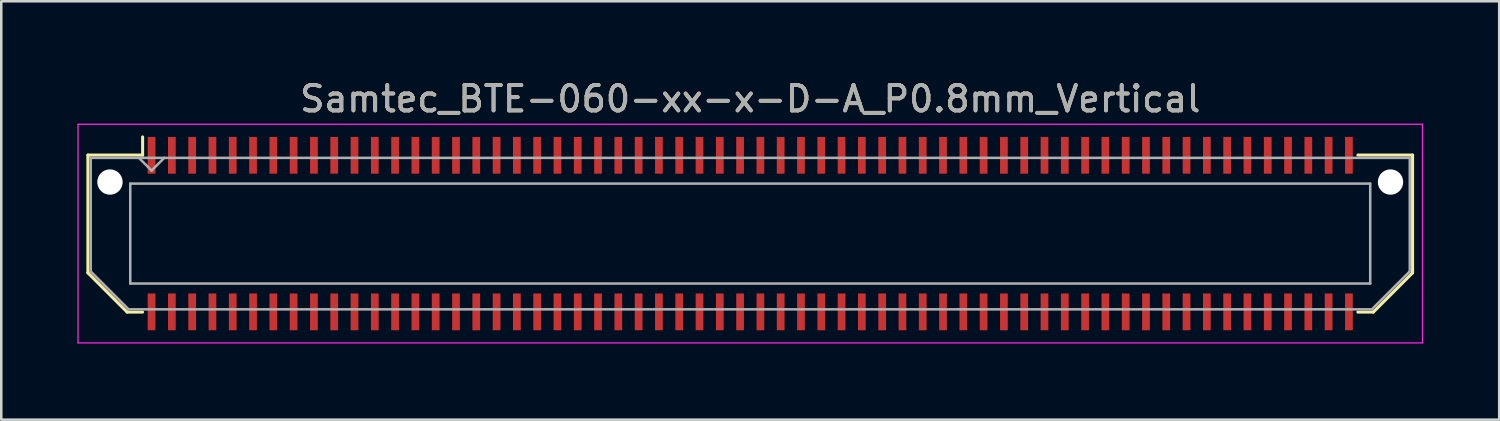
<source format=kicad_pcb>
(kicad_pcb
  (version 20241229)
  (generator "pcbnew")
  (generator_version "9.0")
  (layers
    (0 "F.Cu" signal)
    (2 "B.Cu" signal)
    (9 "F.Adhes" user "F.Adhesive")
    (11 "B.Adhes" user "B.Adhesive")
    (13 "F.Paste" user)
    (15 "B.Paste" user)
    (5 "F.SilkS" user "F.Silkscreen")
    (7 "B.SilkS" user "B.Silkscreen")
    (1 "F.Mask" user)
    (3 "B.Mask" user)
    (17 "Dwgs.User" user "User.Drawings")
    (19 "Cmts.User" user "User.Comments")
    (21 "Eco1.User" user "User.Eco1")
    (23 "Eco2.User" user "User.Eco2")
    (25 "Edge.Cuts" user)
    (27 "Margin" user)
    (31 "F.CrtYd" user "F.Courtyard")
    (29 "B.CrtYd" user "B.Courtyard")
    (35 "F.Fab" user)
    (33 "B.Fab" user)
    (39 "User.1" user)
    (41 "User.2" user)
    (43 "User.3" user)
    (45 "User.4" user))
  (footprint "Samtec_BTE-060-xx-x-D-A_P0.8mm_Vertical"
    (layer "F.Cu")
    (at 26.525 6.158)
    (property "Reference" "Samtec_BTE-060-xx-x-D-A_P0.8mm_Vertical" (at 0 -5.31 0) (layer "F.SilkS") (effects (font (size 1 1) (thickness 0.15))))
    (attr smd)
    (fp_line (start -26.11 -3.095) (end -26.11 1.548) (stroke (width 0.12) (type solid)) (layer "F.SilkS"))
    (fp_line (start -26.11 1.548) (end -24.562 3.095) (stroke (width 0.12) (type solid)) (layer "F.SilkS"))
    (fp_line (start -24.562 3.095) (end -23.953 3.095) (stroke (width 0.12) (type solid)) (layer "F.SilkS"))
    (fp_line (start -23.953 -3.811) (end -23.953 -3.095) (stroke (width 0.12) (type solid)) (layer "F.SilkS"))
    (fp_line (start -23.953 -3.095) (end -26.11 -3.095) (stroke (width 0.12) (type solid)) (layer "F.SilkS"))
    (fp_line (start 23.953 -3.095) (end 26.11 -3.095) (stroke (width 0.12) (type solid)) (layer "F.SilkS"))
    (fp_line (start 24.562 3.095) (end 23.953 3.095) (stroke (width 0.12) (type solid)) (layer "F.SilkS"))
    (fp_line (start 26.11 -3.095) (end 26.11 1.548) (stroke (width 0.12) (type solid)) (layer "F.SilkS"))
    (fp_line (start 26.11 1.548) (end 24.562 3.095) (stroke (width 0.12) (type solid)) (layer "F.SilkS"))
    (fp_line (start -26.5 -4.31) (end -26.5 4.31) (stroke (width 0.05) (type solid)) (layer "F.CrtYd"))
    (fp_line (start -26.5 4.31) (end 26.5 4.31) (stroke (width 0.05) (type solid)) (layer "F.CrtYd"))
    (fp_line (start 26.5 -4.31) (end -26.5 -4.31) (stroke (width 0.05) (type solid)) (layer "F.CrtYd"))
    (fp_line (start 26.5 4.31) (end 26.5 -4.31) (stroke (width 0.05) (type solid)) (layer "F.CrtYd"))
    (fp_line (start -26 -2.985) (end -26 1.492) (stroke (width 0.1) (type solid)) (layer "F.Fab"))
    (fp_line (start -26 -2.985) (end 26 -2.985) (stroke (width 0.1) (type solid)) (layer "F.Fab"))
    (fp_line (start -26 1.492) (end -24.508 2.985) (stroke (width 0.1) (type solid)) (layer "F.Fab"))
    (fp_line (start -24.508 2.985) (end 24.508 2.985) (stroke (width 0.1) (type solid)) (layer "F.Fab"))
    (fp_line (start -24.44 -1.97) (end -24.44 1.97) (stroke (width 0.1) (type solid)) (layer "F.Fab"))
    (fp_line (start -24.44 1.97) (end 24.44 1.97) (stroke (width 0.1) (type solid)) (layer "F.Fab"))
    (fp_line (start -23.6 -2.485) (end -24.1 -2.985) (stroke (width 0.1) (type solid)) (layer "F.Fab"))
    (fp_line (start -23.1 -2.985) (end -23.6 -2.485) (stroke (width 0.1) (type solid)) (layer "F.Fab"))
    (fp_line (start 24.44 -1.97) (end -24.44 -1.97) (stroke (width 0.1) (type solid)) (layer "F.Fab"))
    (fp_line (start 24.44 1.97) (end 24.44 -1.97) (stroke (width 0.1) (type solid)) (layer "F.Fab"))
    (fp_line (start 26 -2.985) (end 26 1.492) (stroke (width 0.1) (type solid)) (layer "F.Fab"))
    (fp_line (start 26 1.492) (end 24.508 2.985) (stroke (width 0.1) (type solid)) (layer "F.Fab"))
    (fp_text user "${REFERENCE}" (at 0 -5.31 0) (layer "F.Fab") (effects (font (size 1 1) (thickness 0.15))))
    (pad "" np_thru_hole circle (at -25.24 -2.032) (size 1 1) (drill 1) (layers "*.Cu" "*.Mask"))
    (pad "" np_thru_hole circle (at 25.24 -2.032) (size 1 1) (drill 1) (layers "*.Cu" "*.Mask"))
    (pad "1" smd rect (at -23.6 -3.086) (size 0.305 1.45) (layers "F.Cu" "F.Mask" "F.Paste"))
    (pad "2" smd rect (at -23.6 3.086) (size 0.305 1.45) (layers "F.Cu" "F.Mask" "F.Paste"))
    (pad "3" smd rect (at -22.8 -3.086) (size 0.305 1.45) (layers "F.Cu" "F.Mask" "F.Paste"))
    (pad "4" smd rect (at -22.8 3.086) (size 0.305 1.45) (layers "F.Cu" "F.Mask" "F.Paste"))
    (pad "5" smd rect (at -22 -3.086) (size 0.305 1.45) (layers "F.Cu" "F.Mask" "F.Paste"))
    (pad "6" smd rect (at -22 3.086) (size 0.305 1.45) (layers "F.Cu" "F.Mask" "F.Paste"))
    (pad "7" smd rect (at -21.2 -3.086) (size 0.305 1.45) (layers "F.Cu" "F.Mask" "F.Paste"))
    (pad "8" smd rect (at -21.2 3.086) (size 0.305 1.45) (layers "F.Cu" "F.Mask" "F.Paste"))
    (pad "9" smd rect (at -20.4 -3.086) (size 0.305 1.45) (layers "F.Cu" "F.Mask" "F.Paste"))
    (pad "10" smd rect (at -20.4 3.086) (size 0.305 1.45) (layers "F.Cu" "F.Mask" "F.Paste"))
    (pad "11" smd rect (at -19.6 -3.086) (size 0.305 1.45) (layers "F.Cu" "F.Mask" "F.Paste"))
    (pad "12" smd rect (at -19.6 3.086) (size 0.305 1.45) (layers "F.Cu" "F.Mask" "F.Paste"))
    (pad "13" smd rect (at -18.8 -3.086) (size 0.305 1.45) (layers "F.Cu" "F.Mask" "F.Paste"))
    (pad "14" smd rect (at -18.8 3.086) (size 0.305 1.45) (layers "F.Cu" "F.Mask" "F.Paste"))
    (pad "15" smd rect (at -18 -3.086) (size 0.305 1.45) (layers "F.Cu" "F.Mask" "F.Paste"))
    (pad "16" smd rect (at -18 3.086) (size 0.305 1.45) (layers "F.Cu" "F.Mask" "F.Paste"))
    (pad "17" smd rect (at -17.2 -3.086) (size 0.305 1.45) (layers "F.Cu" "F.Mask" "F.Paste"))
    (pad "18" smd rect (at -17.2 3.086) (size 0.305 1.45) (layers "F.Cu" "F.Mask" "F.Paste"))
    (pad "19" smd rect (at -16.4 -3.086) (size 0.305 1.45) (layers "F.Cu" "F.Mask" "F.Paste"))
    (pad "20" smd rect (at -16.4 3.086) (size 0.305 1.45) (layers "F.Cu" "F.Mask" "F.Paste"))
    (pad "21" smd rect (at -15.6 -3.086) (size 0.305 1.45) (layers "F.Cu" "F.Mask" "F.Paste"))
    (pad "22" smd rect (at -15.6 3.086) (size 0.305 1.45) (layers "F.Cu" "F.Mask" "F.Paste"))
    (pad "23" smd rect (at -14.8 -3.086) (size 0.305 1.45) (layers "F.Cu" "F.Mask" "F.Paste"))
    (pad "24" smd rect (at -14.8 3.086) (size 0.305 1.45) (layers "F.Cu" "F.Mask" "F.Paste"))
    (pad "25" smd rect (at -14 -3.086) (size 0.305 1.45) (layers "F.Cu" "F.Mask" "F.Paste"))
    (pad "26" smd rect (at -14 3.086) (size 0.305 1.45) (layers "F.Cu" "F.Mask" "F.Paste"))
    (pad "27" smd rect (at -13.2 -3.086) (size 0.305 1.45) (layers "F.Cu" "F.Mask" "F.Paste"))
    (pad "28" smd rect (at -13.2 3.086) (size 0.305 1.45) (layers "F.Cu" "F.Mask" "F.Paste"))
    (pad "29" smd rect (at -12.4 -3.086) (size 0.305 1.45) (layers "F.Cu" "F.Mask" "F.Paste"))
    (pad "30" smd rect (at -12.4 3.086) (size 0.305 1.45) (layers "F.Cu" "F.Mask" "F.Paste"))
    (pad "31" smd rect (at -11.6 -3.086) (size 0.305 1.45) (layers "F.Cu" "F.Mask" "F.Paste"))
    (pad "32" smd rect (at -11.6 3.086) (size 0.305 1.45) (layers "F.Cu" "F.Mask" "F.Paste"))
    (pad "33" smd rect (at -10.8 -3.086) (size 0.305 1.45) (layers "F.Cu" "F.Mask" "F.Paste"))
    (pad "34" smd rect (at -10.8 3.086) (size 0.305 1.45) (layers "F.Cu" "F.Mask" "F.Paste"))
    (pad "35" smd rect (at -10 -3.086) (size 0.305 1.45) (layers "F.Cu" "F.Mask" "F.Paste"))
    (pad "36" smd rect (at -10 3.086) (size 0.305 1.45) (layers "F.Cu" "F.Mask" "F.Paste"))
    (pad "37" smd rect (at -9.2 -3.086) (size 0.305 1.45) (layers "F.Cu" "F.Mask" "F.Paste"))
    (pad "38" smd rect (at -9.2 3.086) (size 0.305 1.45) (layers "F.Cu" "F.Mask" "F.Paste"))
    (pad "39" smd rect (at -8.4 -3.086) (size 0.305 1.45) (layers "F.Cu" "F.Mask" "F.Paste"))
    (pad "40" smd rect (at -8.4 3.086) (size 0.305 1.45) (layers "F.Cu" "F.Mask" "F.Paste"))
    (pad "41" smd rect (at -7.6 -3.086) (size 0.305 1.45) (layers "F.Cu" "F.Mask" "F.Paste"))
    (pad "42" smd rect (at -7.6 3.086) (size 0.305 1.45) (layers "F.Cu" "F.Mask" "F.Paste"))
    (pad "43" smd rect (at -6.8 -3.086) (size 0.305 1.45) (layers "F.Cu" "F.Mask" "F.Paste"))
    (pad "44" smd rect (at -6.8 3.086) (size 0.305 1.45) (layers "F.Cu" "F.Mask" "F.Paste"))
    (pad "45" smd rect (at -6 -3.086) (size 0.305 1.45) (layers "F.Cu" "F.Mask" "F.Paste"))
    (pad "46" smd rect (at -6 3.086) (size 0.305 1.45) (layers "F.Cu" "F.Mask" "F.Paste"))
    (pad "47" smd rect (at -5.2 -3.086) (size 0.305 1.45) (layers "F.Cu" "F.Mask" "F.Paste"))
    (pad "48" smd rect (at -5.2 3.086) (size 0.305 1.45) (layers "F.Cu" "F.Mask" "F.Paste"))
    (pad "49" smd rect (at -4.4 -3.086) (size 0.305 1.45) (layers "F.Cu" "F.Mask" "F.Paste"))
    (pad "50" smd rect (at -4.4 3.086) (size 0.305 1.45) (layers "F.Cu" "F.Mask" "F.Paste"))
    (pad "51" smd rect (at -3.6 -3.086) (size 0.305 1.45) (layers "F.Cu" "F.Mask" "F.Paste"))
    (pad "52" smd rect (at -3.6 3.086) (size 0.305 1.45) (layers "F.Cu" "F.Mask" "F.Paste"))
    (pad "53" smd rect (at -2.8 -3.086) (size 0.305 1.45) (layers "F.Cu" "F.Mask" "F.Paste"))
    (pad "54" smd rect (at -2.8 3.086) (size 0.305 1.45) (layers "F.Cu" "F.Mask" "F.Paste"))
    (pad "55" smd rect (at -2 -3.086) (size 0.305 1.45) (layers "F.Cu" "F.Mask" "F.Paste"))
    (pad "56" smd rect (at -2 3.086) (size 0.305 1.45) (layers "F.Cu" "F.Mask" "F.Paste"))
    (pad "57" smd rect (at -1.2 -3.086) (size 0.305 1.45) (layers "F.Cu" "F.Mask" "F.Paste"))
    (pad "58" smd rect (at -1.2 3.086) (size 0.305 1.45) (layers "F.Cu" "F.Mask" "F.Paste"))
    (pad "59" smd rect (at -0.4 -3.086) (size 0.305 1.45) (layers "F.Cu" "F.Mask" "F.Paste"))
    (pad "60" smd rect (at -0.4 3.086) (size 0.305 1.45) (layers "F.Cu" "F.Mask" "F.Paste"))
    (pad "61" smd rect (at 0.4 -3.086) (size 0.305 1.45) (layers "F.Cu" "F.Mask" "F.Paste"))
    (pad "62" smd rect (at 0.4 3.086) (size 0.305 1.45) (layers "F.Cu" "F.Mask" "F.Paste"))
    (pad "63" smd rect (at 1.2 -3.086) (size 0.305 1.45) (layers "F.Cu" "F.Mask" "F.Paste"))
    (pad "64" smd rect (at 1.2 3.086) (size 0.305 1.45) (layers "F.Cu" "F.Mask" "F.Paste"))
    (pad "65" smd rect (at 2 -3.086) (size 0.305 1.45) (layers "F.Cu" "F.Mask" "F.Paste"))
    (pad "66" smd rect (at 2 3.086) (size 0.305 1.45) (layers "F.Cu" "F.Mask" "F.Paste"))
    (pad "67" smd rect (at 2.8 -3.086) (size 0.305 1.45) (layers "F.Cu" "F.Mask" "F.Paste"))
    (pad "68" smd rect (at 2.8 3.086) (size 0.305 1.45) (layers "F.Cu" "F.Mask" "F.Paste"))
    (pad "69" smd rect (at 3.6 -3.086) (size 0.305 1.45) (layers "F.Cu" "F.Mask" "F.Paste"))
    (pad "70" smd rect (at 3.6 3.086) (size 0.305 1.45) (layers "F.Cu" "F.Mask" "F.Paste"))
    (pad "71" smd rect (at 4.4 -3.086) (size 0.305 1.45) (layers "F.Cu" "F.Mask" "F.Paste"))
    (pad "72" smd rect (at 4.4 3.086) (size 0.305 1.45) (layers "F.Cu" "F.Mask" "F.Paste"))
    (pad "73" smd rect (at 5.2 -3.086) (size 0.305 1.45) (layers "F.Cu" "F.Mask" "F.Paste"))
    (pad "74" smd rect (at 5.2 3.086) (size 0.305 1.45) (layers "F.Cu" "F.Mask" "F.Paste"))
    (pad "75" smd rect (at 6 -3.086) (size 0.305 1.45) (layers "F.Cu" "F.Mask" "F.Paste"))
    (pad "76" smd rect (at 6 3.086) (size 0.305 1.45) (layers "F.Cu" "F.Mask" "F.Paste"))
    (pad "77" smd rect (at 6.8 -3.086) (size 0.305 1.45) (layers "F.Cu" "F.Mask" "F.Paste"))
    (pad "78" smd rect (at 6.8 3.086) (size 0.305 1.45) (layers "F.Cu" "F.Mask" "F.Paste"))
    (pad "79" smd rect (at 7.6 -3.086) (size 0.305 1.45) (layers "F.Cu" "F.Mask" "F.Paste"))
    (pad "80" smd rect (at 7.6 3.086) (size 0.305 1.45) (layers "F.Cu" "F.Mask" "F.Paste"))
    (pad "81" smd rect (at 8.4 -3.086) (size 0.305 1.45) (layers "F.Cu" "F.Mask" "F.Paste"))
    (pad "82" smd rect (at 8.4 3.086) (size 0.305 1.45) (layers "F.Cu" "F.Mask" "F.Paste"))
    (pad "83" smd rect (at 9.2 -3.086) (size 0.305 1.45) (layers "F.Cu" "F.Mask" "F.Paste"))
    (pad "84" smd rect (at 9.2 3.086) (size 0.305 1.45) (layers "F.Cu" "F.Mask" "F.Paste"))
    (pad "85" smd rect (at 10 -3.086) (size 0.305 1.45) (layers "F.Cu" "F.Mask" "F.Paste"))
    (pad "86" smd rect (at 10 3.086) (size 0.305 1.45) (layers "F.Cu" "F.Mask" "F.Paste"))
    (pad "87" smd rect (at 10.8 -3.086) (size 0.305 1.45) (layers "F.Cu" "F.Mask" "F.Paste"))
    (pad "88" smd rect (at 10.8 3.086) (size 0.305 1.45) (layers "F.Cu" "F.Mask" "F.Paste"))
    (pad "89" smd rect (at 11.6 -3.086) (size 0.305 1.45) (layers "F.Cu" "F.Mask" "F.Paste"))
    (pad "90" smd rect (at 11.6 3.086) (size 0.305 1.45) (layers "F.Cu" "F.Mask" "F.Paste"))
    (pad "91" smd rect (at 12.4 -3.086) (size 0.305 1.45) (layers "F.Cu" "F.Mask" "F.Paste"))
    (pad "92" smd rect (at 12.4 3.086) (size 0.305 1.45) (layers "F.Cu" "F.Mask" "F.Paste"))
    (pad "93" smd rect (at 13.2 -3.086) (size 0.305 1.45) (layers "F.Cu" "F.Mask" "F.Paste"))
    (pad "94" smd rect (at 13.2 3.086) (size 0.305 1.45) (layers "F.Cu" "F.Mask" "F.Paste"))
    (pad "95" smd rect (at 14 -3.086) (size 0.305 1.45) (layers "F.Cu" "F.Mask" "F.Paste"))
    (pad "96" smd rect (at 14 3.086) (size 0.305 1.45) (layers "F.Cu" "F.Mask" "F.Paste"))
    (pad "97" smd rect (at 14.8 -3.086) (size 0.305 1.45) (layers "F.Cu" "F.Mask" "F.Paste"))
    (pad "98" smd rect (at 14.8 3.086) (size 0.305 1.45) (layers "F.Cu" "F.Mask" "F.Paste"))
    (pad "99" smd rect (at 15.6 -3.086) (size 0.305 1.45) (layers "F.Cu" "F.Mask" "F.Paste"))
    (pad "100" smd rect (at 15.6 3.086) (size 0.305 1.45) (layers "F.Cu" "F.Mask" "F.Paste"))
    (pad "101" smd rect (at 16.4 -3.086) (size 0.305 1.45) (layers "F.Cu" "F.Mask" "F.Paste"))
    (pad "102" smd rect (at 16.4 3.086) (size 0.305 1.45) (layers "F.Cu" "F.Mask" "F.Paste"))
    (pad "103" smd rect (at 17.2 -3.086) (size 0.305 1.45) (layers "F.Cu" "F.Mask" "F.Paste"))
    (pad "104" smd rect (at 17.2 3.086) (size 0.305 1.45) (layers "F.Cu" "F.Mask" "F.Paste"))
    (pad "105" smd rect (at 18 -3.086) (size 0.305 1.45) (layers "F.Cu" "F.Mask" "F.Paste"))
    (pad "106" smd rect (at 18 3.086) (size 0.305 1.45) (layers "F.Cu" "F.Mask" "F.Paste"))
    (pad "107" smd rect (at 18.8 -3.086) (size 0.305 1.45) (layers "F.Cu" "F.Mask" "F.Paste"))
    (pad "108" smd rect (at 18.8 3.086) (size 0.305 1.45) (layers "F.Cu" "F.Mask" "F.Paste"))
    (pad "109" smd rect (at 19.6 -3.086) (size 0.305 1.45) (layers "F.Cu" "F.Mask" "F.Paste"))
    (pad "110" smd rect (at 19.6 3.086) (size 0.305 1.45) (layers "F.Cu" "F.Mask" "F.Paste"))
    (pad "111" smd rect (at 20.4 -3.086) (size 0.305 1.45) (layers "F.Cu" "F.Mask" "F.Paste"))
    (pad "112" smd rect (at 20.4 3.086) (size 0.305 1.45) (layers "F.Cu" "F.Mask" "F.Paste"))
    (pad "113" smd rect (at 21.2 -3.086) (size 0.305 1.45) (layers "F.Cu" "F.Mask" "F.Paste"))
    (pad "114" smd rect (at 21.2 3.086) (size 0.305 1.45) (layers "F.Cu" "F.Mask" "F.Paste"))
    (pad "115" smd rect (at 22 -3.086) (size 0.305 1.45) (layers "F.Cu" "F.Mask" "F.Paste"))
    (pad "116" smd rect (at 22 3.086) (size 0.305 1.45) (layers "F.Cu" "F.Mask" "F.Paste"))
    (pad "117" smd rect (at 22.8 -3.086) (size 0.305 1.45) (layers "F.Cu" "F.Mask" "F.Paste"))
    (pad "118" smd rect (at 22.8 3.086) (size 0.305 1.45) (layers "F.Cu" "F.Mask" "F.Paste"))
    (pad "119" smd rect (at 23.6 -3.086) (size 0.305 1.45) (layers "F.Cu" "F.Mask" "F.Paste"))
    (pad "120" smd rect (at 23.6 3.086) (size 0.305 1.45) (layers "F.Cu" "F.Mask" "F.Paste")))
  (gr_rect
    (start -3 -3)
    (end 56.05 13.493)
    (stroke (width 0.1) (type default))
    (fill no)
    (layer "Edge.Cuts")))
</source>
